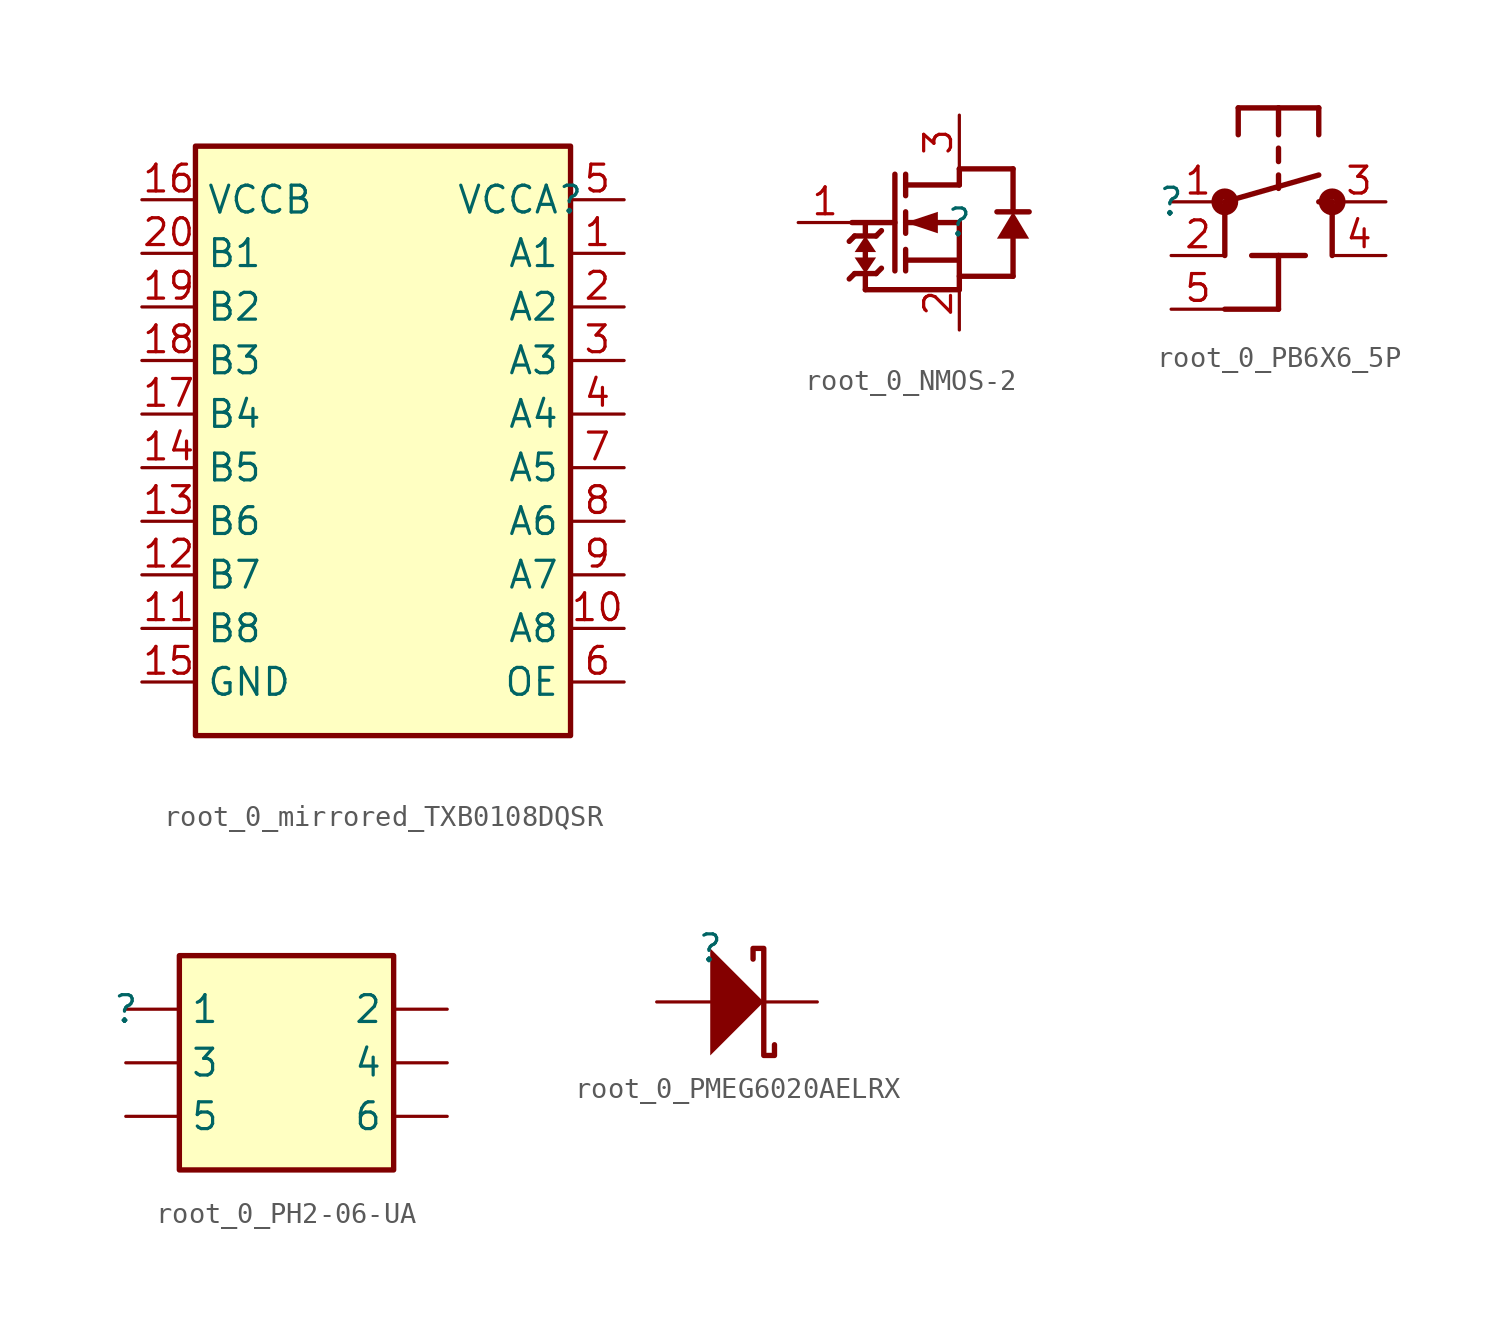
<source format=kicad_sym>
(kicad_symbol_lib
  (version 20231120)
  (generator "kicad_symbol_editor")
  (generator_version "8.0")
  (symbol "root_0_mirrored_TXB0108DQSR"
    (property "Reference" ""
      (at 0 0 0)
      (effects (font (size 1.27 1.27))))
    (property "Value" ""
      (at 0 0 0)
      (effects (font (size 1.27 1.27))))
    (symbol "root_0_mirrored_TXB0108DQSR_1_0"
      (rectangle (start 0 2.54) (end -17.78 -25.4) (stroke (width 0.254) (type solid) (color 128 0 0 1)) (fill (type background)))
      (pin passive line (at 2.54 -2.54 180) (length 2.54) (name "A1" (effects (font (size 1.27 1.27)))) (number "1" (effects (font (size 1.27 1.27)))))
      (pin passive line (at 2.54 -20.32 180) (length 2.54) (name "A8" (effects (font (size 1.27 1.27)))) (number "10" (effects (font (size 1.27 1.27)))))
      (pin passive line (at -20.32 -20.32 0) (length 2.54) (name "B8" (effects (font (size 1.27 1.27)))) (number "11" (effects (font (size 1.27 1.27)))))
      (pin passive line (at -20.32 -17.78 0) (length 2.54) (name "B7" (effects (font (size 1.27 1.27)))) (number "12" (effects (font (size 1.27 1.27)))))
      (pin passive line (at -20.32 -15.24 0) (length 2.54) (name "B6" (effects (font (size 1.27 1.27)))) (number "13" (effects (font (size 1.27 1.27)))))
      (pin passive line (at -20.32 -12.7 0) (length 2.54) (name "B5" (effects (font (size 1.27 1.27)))) (number "14" (effects (font (size 1.27 1.27)))))
      (pin power_in line (at -20.32 -22.86 0) (length 2.54) (name "GND" (effects (font (size 1.27 1.27)))) (number "15" (effects (font (size 1.27 1.27)))))
      (pin power_in line (at -20.32 0 0) (length 2.54) (name "VCCB" (effects (font (size 1.27 1.27)))) (number "16" (effects (font (size 1.27 1.27)))))
      (pin passive line (at -20.32 -10.16 0) (length 2.54) (name "B4" (effects (font (size 1.27 1.27)))) (number "17" (effects (font (size 1.27 1.27)))))
      (pin passive line (at -20.32 -7.62 0) (length 2.54) (name "B3" (effects (font (size 1.27 1.27)))) (number "18" (effects (font (size 1.27 1.27)))))
      (pin passive line (at -20.32 -5.08 0) (length 2.54) (name "B2" (effects (font (size 1.27 1.27)))) (number "19" (effects (font (size 1.27 1.27)))))
      (pin passive line (at 2.54 -5.08 180) (length 2.54) (name "A2" (effects (font (size 1.27 1.27)))) (number "2" (effects (font (size 1.27 1.27)))))
      (pin passive line (at -20.32 -2.54 0) (length 2.54) (name "B1" (effects (font (size 1.27 1.27)))) (number "20" (effects (font (size 1.27 1.27)))))
      (pin passive line (at 2.54 -7.62 180) (length 2.54) (name "A3" (effects (font (size 1.27 1.27)))) (number "3" (effects (font (size 1.27 1.27)))))
      (pin passive line (at 2.54 -10.16 180) (length 2.54) (name "A4" (effects (font (size 1.27 1.27)))) (number "4" (effects (font (size 1.27 1.27)))))
      (pin power_in line (at 2.54 0 180) (length 2.54) (name "VCCA" (effects (font (size 1.27 1.27)))) (number "5" (effects (font (size 1.27 1.27)))))
      (pin passive line (at 2.54 -22.86 180) (length 2.54) (name "OE" (effects (font (size 1.27 1.27)))) (number "6" (effects (font (size 1.27 1.27)))))
      (pin passive line (at 2.54 -12.7 180) (length 2.54) (name "A5" (effects (font (size 1.27 1.27)))) (number "7" (effects (font (size 1.27 1.27)))))
      (pin passive line (at 2.54 -15.24 180) (length 2.54) (name "A6" (effects (font (size 1.27 1.27)))) (number "8" (effects (font (size 1.27 1.27)))))
      (pin passive line (at 2.54 -17.78 180) (length 2.54) (name "A7" (effects (font (size 1.27 1.27)))) (number "9" (effects (font (size 1.27 1.27)))))))
  (symbol "root_0_NMOS-2"
    (property "Reference" ""
      (at 0 0 0)
      (effects (font (size 1.27 1.27))))
    (property "Value" ""
      (at 0 0 0)
      (effects (font (size 1.27 1.27))))
    (symbol "root_0_NMOS-2_1_0"
      (polyline (pts (xy -5.08 0) (xy -3.048 0)) (stroke (width 0.254) (type solid)) (fill (type none)))
      (polyline (pts (xy -4.953 -2.413) (xy -5.207 -2.667)) (stroke (width 0.254) (type solid)) (fill (type none)))
      (polyline (pts (xy -4.953 -0.635) (xy -5.207 -0.889)) (stroke (width 0.254) (type solid)) (fill (type none)))
      (polyline (pts (xy -4.445 -3.175) (xy 0 -3.175)) (stroke (width 0.254) (type solid)) (fill (type none)))
      (polyline (pts (xy -4.445 -2.54) (xy -4.445 -3.175)) (stroke (width 0.254) (type solid)) (fill (type none)))
      (polyline (pts (xy -4.445 -1.27) (xy -4.445 -1.651)) (stroke (width 0.254) (type solid)) (fill (type none)))
      (polyline (pts (xy -4.445 -0.508) (xy -4.445 -0.127)) (stroke (width 0.254) (type solid)) (fill (type none)))
      (polyline (pts (xy -3.937 -2.413) (xy -4.953 -2.413)) (stroke (width 0.254) (type solid)) (fill (type none)))
      (polyline (pts (xy -3.937 -2.413) (xy -3.683 -2.159)) (stroke (width 0.254) (type solid)) (fill (type none)))
      (polyline (pts (xy -3.937 -0.635) (xy -4.953 -0.635)) (stroke (width 0.254) (type solid)) (fill (type none)))
      (polyline (pts (xy -3.937 -0.635) (xy -3.683 -0.381)) (stroke (width 0.254) (type solid)) (fill (type none)))
      (polyline (pts (xy -3.048 2.286) (xy -3.048 -2.286)) (stroke (width 0.254) (type solid)) (fill (type none)))
      (polyline (pts (xy -2.54 -2.286) (xy -2.54 -1.27)) (stroke (width 0.254) (type solid)) (fill (type none)))
      (polyline (pts (xy -2.54 -0.508) (xy -2.54 0.508)) (stroke (width 0.254) (type solid)) (fill (type none)))
      (polyline (pts (xy -2.54 2.286) (xy -2.54 1.27)) (stroke (width 0.254) (type solid)) (fill (type none)))
      (polyline (pts (xy 0 -2.54) (xy 2.54 -2.54)) (stroke (width 0.254) (type solid)) (fill (type none)))
      (polyline (pts (xy 0 -1.778) (xy -2.54 -1.778)) (stroke (width 0.254) (type solid)) (fill (type none)))
      (polyline (pts (xy 0 0) (xy -2.54 0)) (stroke (width 0.254) (type solid)) (fill (type none)))
      (polyline (pts (xy 0 0) (xy 0 -3.175)) (stroke (width 0.254) (type solid)) (fill (type none)))
      (polyline (pts (xy 0 1.778) (xy -2.54 1.778)) (stroke (width 0.254) (type solid)) (fill (type none)))
      (polyline (pts (xy 0 1.778) (xy 0 2.54)) (stroke (width 0.254) (type solid)) (fill (type none)))
      (polyline (pts (xy 0 2.54) (xy 2.54 2.54)) (stroke (width 0.254) (type solid)) (fill (type none)))
      (polyline (pts (xy 1.778 0.508) (xy 3.302 0.508)) (stroke (width 0.254) (type solid)) (fill (type none)))
      (polyline (pts (xy 2.54 -2.54) (xy 2.54 -0.762)) (stroke (width 0.254) (type solid)) (fill (type none)))
      (polyline (pts (xy 2.54 2.54) (xy 2.54 0.508)) (stroke (width 0.254) (type solid)) (fill (type none)))
      (polyline (pts (xy -4.445 -2.413) (xy -3.937 -1.651) (xy -4.953 -1.651) (xy -4.445 -2.413)) (stroke (width -0.0001) (type solid)) (fill (type outline)))
      (polyline (pts (xy -4.445 -0.635) (xy -4.953 -1.397) (xy -3.937 -1.397) (xy -4.445 -0.635)) (stroke (width -0.0001) (type solid)) (fill (type outline)))
      (polyline (pts (xy -2.54 0) (xy -1.016 0.508) (xy -1.016 -0.508) (xy -2.54 0)) (stroke (width -0.0001) (type solid)) (fill (type outline)))
      (polyline (pts (xy 2.54 0.508) (xy 1.778 -0.762) (xy 3.302 -0.762) (xy 2.54 0.508)) (stroke (width -0.0001) (type solid)) (fill (type outline)))
      (pin passive line (at -7.62 0 0) (length 2.54) (name "G" (effects (font (size 0 0)))) (number "1" (effects (font (size 1.27 1.27)))))
      (pin passive line (at 0 -5.08 90) (length 2.54) (name "S" (effects (font (size 0 0)))) (number "2" (effects (font (size 1.27 1.27)))))
      (pin passive line (at 0 5.08 270) (length 2.54) (name "D" (effects (font (size 0 0)))) (number "3" (effects (font (size 1.27 1.27)))))))
  (symbol "root_0_PB6X6_5P"
    (property "Reference" ""
      (at 0 0 0)
      (effects (font (size 1.27 1.27))))
    (property "Value" ""
      (at 0 0 0)
      (effects (font (size 1.27 1.27))))
    (symbol "root_0_PB6X6_5P_1_0"
      (polyline (pts (xy 2.54 0) (xy 2.54 -2.54)) (stroke (width 0.254) (type solid)) (fill (type none)))
      (polyline (pts (xy 3.175 3.175) (xy 3.175 4.445)) (stroke (width 0.254) (type solid)) (fill (type none)))
      (polyline (pts (xy 3.175 4.445) (xy 5.08 4.445)) (stroke (width 0.254) (type solid)) (fill (type none)))
      (polyline (pts (xy 3.81 -2.54) (xy 5.08 -2.54)) (stroke (width 0.254) (type solid)) (fill (type none)))
      (polyline (pts (xy 5.08 -5.08) (xy 2.54 -5.08)) (stroke (width 0.254) (type solid)) (fill (type none)))
      (polyline (pts (xy 5.08 -2.54) (xy 5.08 -5.08)) (stroke (width 0.254) (type solid)) (fill (type none)))
      (polyline (pts (xy 5.08 0.635) (xy 5.08 1.27)) (stroke (width 0.254) (type solid)) (fill (type none)))
      (polyline (pts (xy 5.08 1.905) (xy 5.08 2.54)) (stroke (width 0.254) (type solid)) (fill (type none)))
      (polyline (pts (xy 5.08 3.175) (xy 5.08 4.445)) (stroke (width 0.254) (type solid)) (fill (type none)))
      (polyline (pts (xy 5.08 4.445) (xy 6.985 4.445)) (stroke (width 0.254) (type solid)) (fill (type none)))
      (polyline (pts (xy 6.35 -2.54) (xy 5.08 -2.54)) (stroke (width 0.254) (type solid)) (fill (type none)))
      (polyline (pts (xy 6.985 1.27) (xy 2.54 0)) (stroke (width 0.254) (type solid)) (fill (type none)))
      (polyline (pts (xy 6.985 3.175) (xy 6.985 4.445)) (stroke (width 0.254) (type solid)) (fill (type none)))
      (polyline (pts (xy 7.62 0) (xy 6.985 0)) (stroke (width 0.254) (type solid)) (fill (type none)))
      (polyline (pts (xy 7.62 0) (xy 7.62 -2.54)) (stroke (width 0.254) (type solid)) (fill (type none)))
      (circle (center 2.54 0) (radius 0.127) (stroke (width 0.508) (type solid)) (fill (type none)))
      (circle (center 7.62 0) (radius 0.127) (stroke (width 0.508) (type solid)) (fill (type none)))
      (pin passive line (at 0 0 0) (length 2.54) (name "1" (effects (font (size 0 0)))) (number "1" (effects (font (size 1.27 1.27)))))
      (pin passive line (at 0 -2.54 0) (length 2.54) (name "2" (effects (font (size 0 0)))) (number "2" (effects (font (size 1.27 1.27)))))
      (pin passive line (at 10.16 0 180) (length 2.54) (name "3" (effects (font (size 0 0)))) (number "3" (effects (font (size 1.27 1.27)))))
      (pin passive line (at 10.16 -2.54 180) (length 2.54) (name "4" (effects (font (size 0 0)))) (number "4" (effects (font (size 1.27 1.27)))))
      (pin power_in line (at 0 -5.08 0) (length 2.54) (name "5-GND" (effects (font (size 0 0)))) (number "5" (effects (font (size 1.27 1.27)))))))
  (symbol "root_0_PH2-06-UA"
    (property "Reference" ""
      (at 0 0 0)
      (effects (font (size 1.27 1.27))))
    (property "Value" ""
      (at 0 0 0)
      (effects (font (size 1.27 1.27))))
    (symbol "root_0_PH2-06-UA_1_0"
      (rectangle (start 12.7 2.54) (end 2.54 -7.62) (stroke (width 0.254) (type solid) (color 128 0 0 1)) (fill (type background)))
      (pin passive line (at 0 0 0) (length 2.54) (name "1" (effects (font (size 1.27 1.27)))) (number "1" (effects (font (size 0 0)))))
      (pin passive line (at 15.24 0 180) (length 2.54) (name "2" (effects (font (size 1.27 1.27)))) (number "2" (effects (font (size 0 0)))))
      (pin passive line (at 0 -2.54 0) (length 2.54) (name "3" (effects (font (size 1.27 1.27)))) (number "3" (effects (font (size 0 0)))))
      (pin passive line (at 15.24 -2.54 180) (length 2.54) (name "4" (effects (font (size 1.27 1.27)))) (number "4" (effects (font (size 0 0)))))
      (pin passive line (at 0 -5.08 0) (length 2.54) (name "5" (effects (font (size 1.27 1.27)))) (number "5" (effects (font (size 0 0)))))
      (pin passive line (at 15.24 -5.08 180) (length 2.54) (name "6" (effects (font (size 1.27 1.27)))) (number "6" (effects (font (size 0 0)))))))
  (symbol "root_0_PMEG6020AELRX"
    (property "Reference" ""
      (at 0 0 0)
      (effects (font (size 1.27 1.27))))
    (property "Value" ""
      (at 0 0 0)
      (effects (font (size 1.27 1.27))))
    (symbol "root_0_PMEG6020AELRX_1_0"
      (polyline (pts (xy 0 -5.08) (xy 2.54 -2.54) (xy 0 0) (xy 0 -5.08)) (stroke (width -0.0001) (type solid)) (fill (type outline)))
      (polyline (pts (xy 3.048 -4.572) (xy 3.048 -5.08) (xy 2.54 -5.08) (xy 2.54 0) (xy 2.032 0) (xy 2.032 -0.508)) (stroke (width 0.254) (type solid)) (fill (type none)))
      (pin passive line (at -2.54 -2.54 0) (length 2.54) (name "A" (effects (font (size 0 0)))) (number "A" (effects (font (size 0 0)))))
      (pin passive line (at 5.08 -2.54 180) (length 2.54) (name "C" (effects (font (size 0 0)))) (number "C" (effects (font (size 0 0))))))))
</source>
